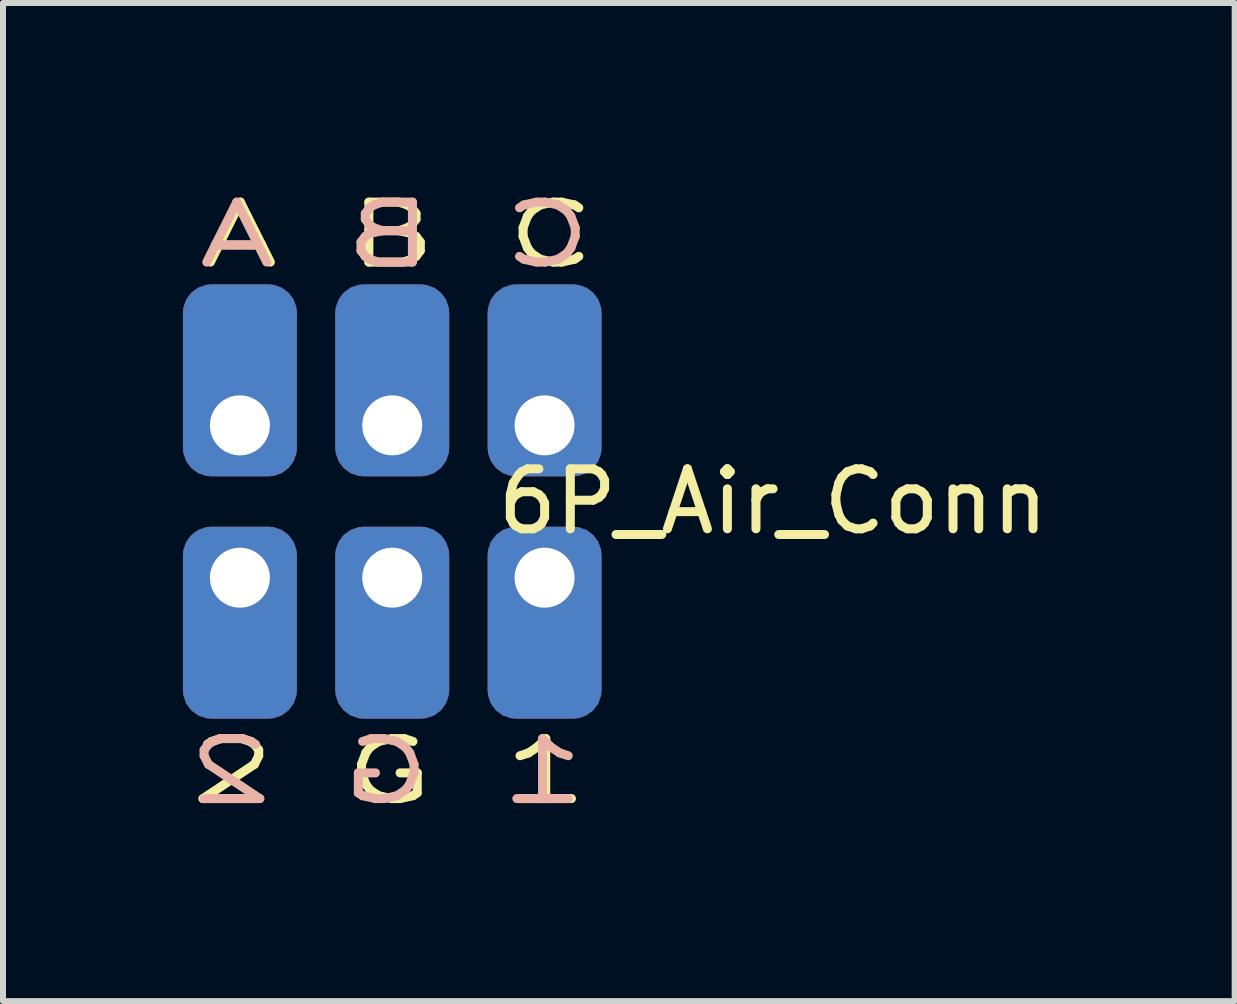
<source format=kicad_pcb>
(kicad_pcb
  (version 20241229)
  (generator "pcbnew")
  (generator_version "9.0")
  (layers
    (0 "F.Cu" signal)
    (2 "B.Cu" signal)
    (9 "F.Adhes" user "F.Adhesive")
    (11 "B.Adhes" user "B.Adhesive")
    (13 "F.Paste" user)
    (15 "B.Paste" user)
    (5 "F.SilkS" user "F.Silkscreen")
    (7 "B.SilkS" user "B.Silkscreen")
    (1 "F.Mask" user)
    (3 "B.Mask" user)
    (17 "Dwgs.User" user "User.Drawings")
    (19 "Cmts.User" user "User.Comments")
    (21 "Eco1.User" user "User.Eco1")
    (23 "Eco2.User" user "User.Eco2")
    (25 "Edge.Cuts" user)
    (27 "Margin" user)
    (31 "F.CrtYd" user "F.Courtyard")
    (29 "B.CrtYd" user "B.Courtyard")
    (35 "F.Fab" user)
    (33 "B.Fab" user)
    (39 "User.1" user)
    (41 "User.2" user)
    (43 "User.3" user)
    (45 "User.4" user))
  (footprint "6P_Air_Conn"
    (layer "F.Cu")
    (at 3.49 5.312)
    (property "Reference" "6P_Air_Conn" (at 6.35 0 0) (layer "F.SilkS") (effects (font (size 1 1) (thickness 0.15))))
    (attr through_hole)
    (fp_text user "A B C" (at -3.274 -3.862 0) (unlocked yes) (layer "F.SilkS") (effects (font (size 1 1.5) (thickness 0.15)) (justify left bottom)))
    (fp_text user "2 G 1" (at -3.468 5.083 0) (unlocked yes) (layer "F.SilkS") (effects (font (size 1 1.5) (thickness 0.15)) (justify left bottom)))
    (fp_text user "1 G 2" (at 3.319 5.083 0) (unlocked yes) (layer "B.SilkS") (effects (font (size 1 1.5) (thickness 0.15)) (justify left bottom mirror)))
    (fp_text user "C B A" (at 3.435 -3.862 0) (unlocked yes) (layer "B.SilkS") (effects (font (size 1 1.5) (thickness 0.15)) (justify left bottom mirror)))
    (pad "1" thru_hole roundrect (at -2.54 -1.27) (size 1.9 3.2) (drill 1 (offset 0 -0.75)) (layers "*.Cu" "*.Mask") (roundrect_rratio 0.25))
    (pad "2" thru_hole roundrect (at 0 -1.27) (size 1.9 3.2) (drill 1 (offset 0 -0.75)) (layers "*.Cu" "*.Mask") (roundrect_rratio 0.25))
    (pad "3" thru_hole roundrect (at 2.54 -1.27) (size 1.9 3.2) (drill 1 (offset 0 -0.75)) (layers "*.Cu" "*.Mask") (roundrect_rratio 0.25))
    (pad "4" thru_hole roundrect (at -2.54 1.27) (size 1.9 3.2) (drill 1 (offset 0 0.75)) (layers "*.Cu" "*.Mask") (roundrect_rratio 0.25))
    (pad "5" thru_hole roundrect (at 0 1.27) (size 1.9 3.2) (drill 1 (offset 0 0.75)) (layers "*.Cu" "*.Mask") (roundrect_rratio 0.25))
    (pad "6" thru_hole roundrect (at 2.54 1.27) (size 1.9 3.2) (drill 1 (offset 0 0.75)) (layers "*.Cu" "*.Mask") (roundrect_rratio 0.25)))
  (gr_rect
    (start -3 -3)
    (end 17.536 13.642)
    (stroke (width 0.1) (type default))
    (fill no)
    (layer "Edge.Cuts")))
</source>
